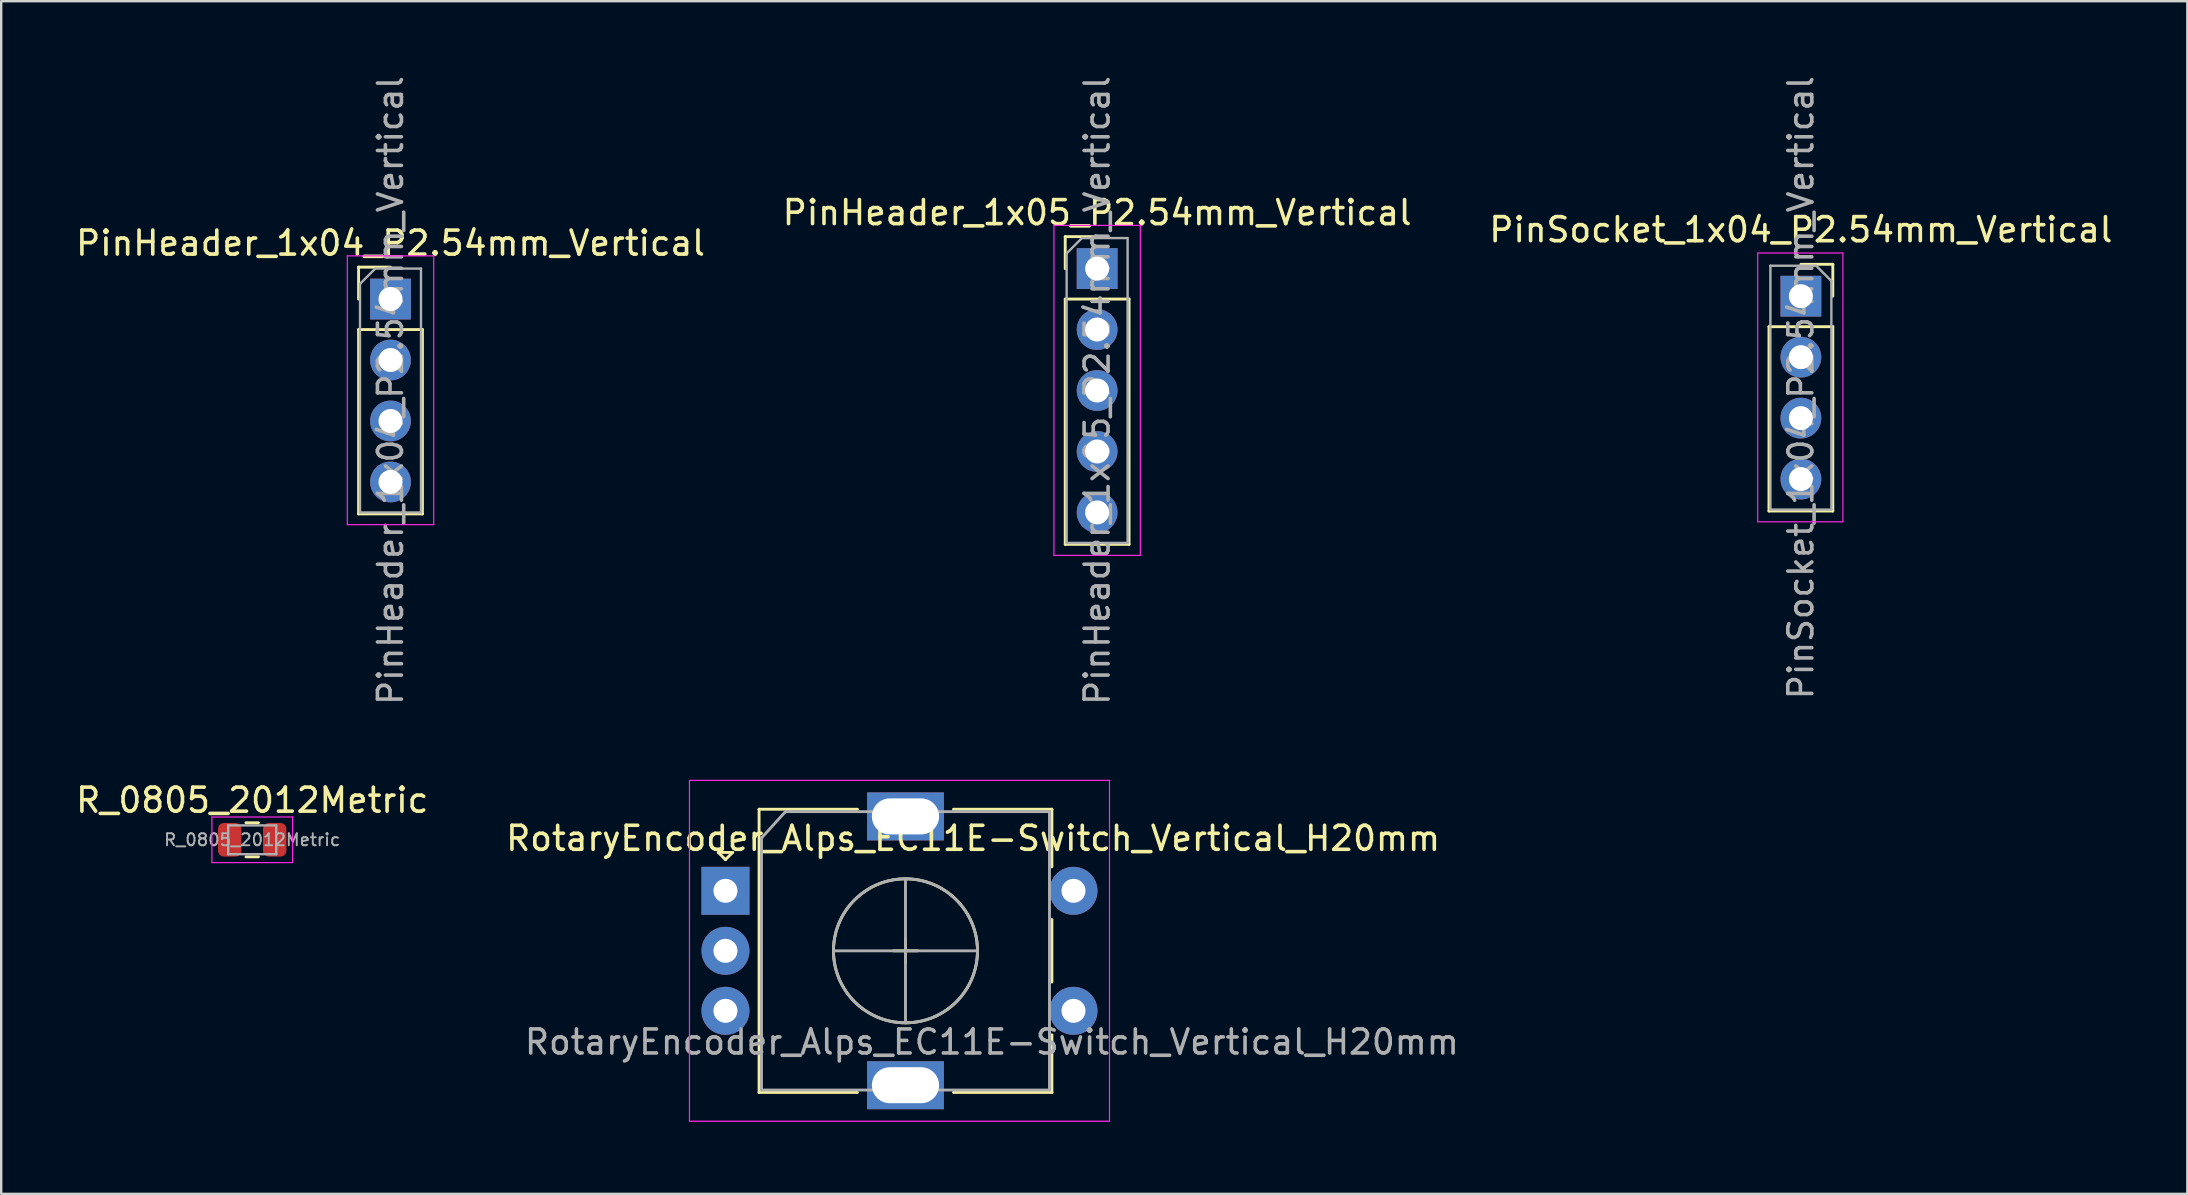
<source format=kicad_pcb>
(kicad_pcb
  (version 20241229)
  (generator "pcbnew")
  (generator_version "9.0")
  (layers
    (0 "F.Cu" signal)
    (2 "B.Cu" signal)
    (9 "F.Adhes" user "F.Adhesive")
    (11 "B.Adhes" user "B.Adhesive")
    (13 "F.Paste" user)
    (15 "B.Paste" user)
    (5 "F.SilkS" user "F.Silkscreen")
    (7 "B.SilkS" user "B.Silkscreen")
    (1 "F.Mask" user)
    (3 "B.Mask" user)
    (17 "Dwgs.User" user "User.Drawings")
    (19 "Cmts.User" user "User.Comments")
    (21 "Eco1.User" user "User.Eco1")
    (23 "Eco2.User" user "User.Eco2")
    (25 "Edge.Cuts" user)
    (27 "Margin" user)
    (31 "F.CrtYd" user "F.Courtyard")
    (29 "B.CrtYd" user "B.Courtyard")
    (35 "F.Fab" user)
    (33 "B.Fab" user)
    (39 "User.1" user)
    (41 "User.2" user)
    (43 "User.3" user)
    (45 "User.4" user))
  (footprint "PinHeader_1x05_P2.54mm_Vertical"
    (layer "F.Cu")
    (at 42.661 8.14)
    (property "Reference" "PinHeader_1x05_P2.54mm_Vertical" (at 0 -2.33 0) (layer "F.SilkS") (effects (font (size 1 1) (thickness 0.15))))
    (attr through_hole)
    (fp_line (start -1.33 -1.33) (end 0 -1.33) (stroke (width 0.12) (type solid)) (layer "F.SilkS"))
    (fp_line (start -1.33 0) (end -1.33 -1.33) (stroke (width 0.12) (type solid)) (layer "F.SilkS"))
    (fp_line (start -1.33 1.27) (end -1.33 11.49) (stroke (width 0.12) (type solid)) (layer "F.SilkS"))
    (fp_line (start -1.33 1.27) (end 1.33 1.27) (stroke (width 0.12) (type solid)) (layer "F.SilkS"))
    (fp_line (start -1.33 11.49) (end 1.33 11.49) (stroke (width 0.12) (type solid)) (layer "F.SilkS"))
    (fp_line (start 1.33 1.27) (end 1.33 11.49) (stroke (width 0.12) (type solid)) (layer "F.SilkS"))
    (fp_line (start -1.8 -1.8) (end -1.8 11.95) (stroke (width 0.05) (type solid)) (layer "F.CrtYd"))
    (fp_line (start -1.8 11.95) (end 1.8 11.95) (stroke (width 0.05) (type solid)) (layer "F.CrtYd"))
    (fp_line (start 1.8 -1.8) (end -1.8 -1.8) (stroke (width 0.05) (type solid)) (layer "F.CrtYd"))
    (fp_line (start 1.8 11.95) (end 1.8 -1.8) (stroke (width 0.05) (type solid)) (layer "F.CrtYd"))
    (fp_line (start -1.27 -0.635) (end -0.635 -1.27) (stroke (width 0.1) (type solid)) (layer "F.Fab"))
    (fp_line (start -1.27 11.43) (end -1.27 -0.635) (stroke (width 0.1) (type solid)) (layer "F.Fab"))
    (fp_line (start -0.635 -1.27) (end 1.27 -1.27) (stroke (width 0.1) (type solid)) (layer "F.Fab"))
    (fp_line (start 1.27 -1.27) (end 1.27 11.43) (stroke (width 0.1) (type solid)) (layer "F.Fab"))
    (fp_line (start 1.27 11.43) (end -1.27 11.43) (stroke (width 0.1) (type solid)) (layer "F.Fab"))
    (fp_text user "${REFERENCE}" (at 0 5.08 90) (layer "F.Fab") (effects (font (size 1 1) (thickness 0.15))))
    (pad "1" thru_hole rect (at 0 0) (size 1.7 1.7) (drill 1) (layers "*.Cu" "*.Mask"))
    (pad "2" thru_hole oval (at 0 2.54) (size 1.7 1.7) (drill 1) (layers "*.Cu" "*.Mask"))
    (pad "3" thru_hole oval (at 0 5.08) (size 1.7 1.7) (drill 1) (layers "*.Cu" "*.Mask"))
    (pad "4" thru_hole oval (at 0 7.62) (size 1.7 1.7) (drill 1) (layers "*.Cu" "*.Mask"))
    (pad "5" thru_hole oval (at 0 10.16) (size 1.7 1.7) (drill 1) (layers "*.Cu" "*.Mask")))
  (footprint "R_0805_2012Metric"
    (layer "F.Cu")
    (at 7.458 31.939)
    (property "Reference" "R_0805_2012Metric" (at 0 -1.65 0) (layer "F.SilkS") (effects (font (size 1 1) (thickness 0.15))))
    (attr smd)
    (fp_line (start -0.259 -0.71) (end 0.259 -0.71) (stroke (width 0.12) (type solid)) (layer "F.SilkS"))
    (fp_line (start -0.259 0.71) (end 0.259 0.71) (stroke (width 0.12) (type solid)) (layer "F.SilkS"))
    (fp_line (start -1.68 -0.95) (end 1.68 -0.95) (stroke (width 0.05) (type solid)) (layer "F.CrtYd"))
    (fp_line (start -1.68 0.95) (end -1.68 -0.95) (stroke (width 0.05) (type solid)) (layer "F.CrtYd"))
    (fp_line (start 1.68 -0.95) (end 1.68 0.95) (stroke (width 0.05) (type solid)) (layer "F.CrtYd"))
    (fp_line (start 1.68 0.95) (end -1.68 0.95) (stroke (width 0.05) (type solid)) (layer "F.CrtYd"))
    (fp_line (start -1 -0.6) (end 1 -0.6) (stroke (width 0.1) (type solid)) (layer "F.Fab"))
    (fp_line (start -1 0.6) (end -1 -0.6) (stroke (width 0.1) (type solid)) (layer "F.Fab"))
    (fp_line (start 1 -0.6) (end 1 0.6) (stroke (width 0.1) (type solid)) (layer "F.Fab"))
    (fp_line (start 1 0.6) (end -1 0.6) (stroke (width 0.1) (type solid)) (layer "F.Fab"))
    (fp_text user "${REFERENCE}" (at 0 0 0) (layer "F.Fab") (effects (font (size 0.5 0.5) (thickness 0.08))))
    (pad "1" smd roundrect (at -0.938 0) (size 0.975 1.4) (layers "F.Cu" "F.Mask" "F.Paste") (roundrect_rratio 0.25))
    (pad "2" smd roundrect (at 0.938 0) (size 0.975 1.4) (layers "F.Cu" "F.Mask" "F.Paste") (roundrect_rratio 0.25)))
  (footprint "RotaryEncoder_Alps_EC11E-Switch_Vertical_H20mm"
    (layer "F.Cu")
    (at 34.694 36.58)
    (property "Reference" "RotaryEncoder_Alps_EC11E-Switch_Vertical_H20mm" (at 2.8 -4.7 0) (layer "F.SilkS") (effects (font (size 1 1) (thickness 0.15))))
    (attr through_hole)
    (fp_line (start -7.818 -4.115) (end -7.218 -4.115) (stroke (width 0.12) (type solid)) (layer "F.SilkS"))
    (fp_line (start -7.518 -3.815) (end -7.818 -4.115) (stroke (width 0.12) (type solid)) (layer "F.SilkS"))
    (fp_line (start -7.218 -4.115) (end -7.518 -3.815) (stroke (width 0.12) (type solid)) (layer "F.SilkS"))
    (fp_line (start -6.118 -5.915) (end -6.118 5.885) (stroke (width 0.12) (type solid)) (layer "F.SilkS"))
    (fp_line (start -2.018 -5.915) (end -6.118 -5.915) (stroke (width 0.12) (type solid)) (layer "F.SilkS"))
    (fp_line (start -2.018 5.885) (end -6.118 5.885) (stroke (width 0.12) (type solid)) (layer "F.SilkS"))
    (fp_line (start -0.518 -0.015) (end 0.482 -0.015) (stroke (width 0.12) (type solid)) (layer "F.SilkS"))
    (fp_line (start -0.018 -0.515) (end -0.018 0.485) (stroke (width 0.12) (type solid)) (layer "F.SilkS"))
    (fp_line (start 1.982 -5.915) (end 6.082 -5.915) (stroke (width 0.12) (type solid)) (layer "F.SilkS"))
    (fp_line (start 6.082 -5.915) (end 6.082 -3.515) (stroke (width 0.12) (type solid)) (layer "F.SilkS"))
    (fp_line (start 6.082 -1.315) (end 6.082 1.285) (stroke (width 0.12) (type solid)) (layer "F.SilkS"))
    (fp_line (start 6.082 3.485) (end 6.082 5.885) (stroke (width 0.12) (type solid)) (layer "F.SilkS"))
    (fp_line (start 6.082 5.885) (end 1.982 5.885) (stroke (width 0.12) (type solid)) (layer "F.SilkS"))
    (fp_circle (center -0.018 -0.015) (end 2.982 -0.015) (stroke (width 0.12) (type solid)) (fill no) (layer "F.SilkS"))
    (fp_line (start -9.018 -7.115) (end -9.018 7.085) (stroke (width 0.05) (type solid)) (layer "F.CrtYd"))
    (fp_line (start -9.018 -7.115) (end 8.482 -7.115) (stroke (width 0.05) (type solid)) (layer "F.CrtYd"))
    (fp_line (start 8.482 7.085) (end -9.018 7.085) (stroke (width 0.05) (type solid)) (layer "F.CrtYd"))
    (fp_line (start 8.482 7.085) (end 8.482 -7.115) (stroke (width 0.05) (type solid)) (layer "F.CrtYd"))
    (fp_line (start -6.018 -4.715) (end -5.018 -5.815) (stroke (width 0.12) (type solid)) (layer "F.Fab"))
    (fp_line (start -6.018 5.785) (end -6.018 -4.715) (stroke (width 0.12) (type solid)) (layer "F.Fab"))
    (fp_line (start -5.018 -5.815) (end 5.982 -5.815) (stroke (width 0.12) (type solid)) (layer "F.Fab"))
    (fp_line (start -3.018 -0.015) (end 2.982 -0.015) (stroke (width 0.12) (type solid)) (layer "F.Fab"))
    (fp_line (start -0.018 -3.015) (end -0.018 2.985) (stroke (width 0.12) (type solid)) (layer "F.Fab"))
    (fp_line (start 5.982 -5.815) (end 5.982 5.785) (stroke (width 0.12) (type solid)) (layer "F.Fab"))
    (fp_line (start 5.982 5.785) (end -6.018 5.785) (stroke (width 0.12) (type solid)) (layer "F.Fab"))
    (fp_circle (center -0.018 -0.015) (end 2.982 -0.015) (stroke (width 0.12) (type solid)) (fill no) (layer "F.Fab"))
    (fp_text user "${REFERENCE}" (at 3.582 3.785 0) (layer "F.Fab") (effects (font (size 1 1) (thickness 0.15))))
    (pad "A" thru_hole rect (at -7.518 -2.515) (size 2 2) (drill 1) (layers "*.Cu" "*.Mask"))
    (pad "B" thru_hole circle (at -7.518 2.485) (size 2 2) (drill 1) (layers "*.Cu" "*.Mask"))
    (pad "C" thru_hole circle (at -7.518 -0.015) (size 2 2) (drill 1) (layers "*.Cu" "*.Mask"))
    (pad "MP" thru_hole rect (at -0.018 -5.615) (size 3.2 2) (drill oval 2.8 1.5) (layers "*.Cu" "*.Mask"))
    (pad "MP" thru_hole rect (at -0.018 5.585) (size 3.2 2) (drill oval 2.8 1.5) (layers "*.Cu" "*.Mask"))
    (pad "S1" thru_hole circle (at 6.982 2.485) (size 2 2) (drill 1) (layers "*.Cu" "*.Mask"))
    (pad "S2" thru_hole circle (at 6.982 -2.515) (size 2 2) (drill 1) (layers "*.Cu" "*.Mask")))
  (footprint "PinHeader_1x04_P2.54mm_Vertical"
    (layer "F.Cu")
    (at 13.22 9.41)
    (property "Reference" "PinHeader_1x04_P2.54mm_Vertical" (at 0 -2.33 0) (layer "F.SilkS") (effects (font (size 1 1) (thickness 0.15))))
    (attr through_hole)
    (fp_line (start -1.33 -1.33) (end 0 -1.33) (stroke (width 0.12) (type solid)) (layer "F.SilkS"))
    (fp_line (start -1.33 0) (end -1.33 -1.33) (stroke (width 0.12) (type solid)) (layer "F.SilkS"))
    (fp_line (start -1.33 1.27) (end -1.33 8.95) (stroke (width 0.12) (type solid)) (layer "F.SilkS"))
    (fp_line (start -1.33 1.27) (end 1.33 1.27) (stroke (width 0.12) (type solid)) (layer "F.SilkS"))
    (fp_line (start -1.33 8.95) (end 1.33 8.95) (stroke (width 0.12) (type solid)) (layer "F.SilkS"))
    (fp_line (start 1.33 1.27) (end 1.33 8.95) (stroke (width 0.12) (type solid)) (layer "F.SilkS"))
    (fp_line (start -1.8 -1.8) (end -1.8 9.4) (stroke (width 0.05) (type solid)) (layer "F.CrtYd"))
    (fp_line (start -1.8 9.4) (end 1.8 9.4) (stroke (width 0.05) (type solid)) (layer "F.CrtYd"))
    (fp_line (start 1.8 -1.8) (end -1.8 -1.8) (stroke (width 0.05) (type solid)) (layer "F.CrtYd"))
    (fp_line (start 1.8 9.4) (end 1.8 -1.8) (stroke (width 0.05) (type solid)) (layer "F.CrtYd"))
    (fp_line (start -1.27 -0.635) (end -0.635 -1.27) (stroke (width 0.1) (type solid)) (layer "F.Fab"))
    (fp_line (start -1.27 8.89) (end -1.27 -0.635) (stroke (width 0.1) (type solid)) (layer "F.Fab"))
    (fp_line (start -0.635 -1.27) (end 1.27 -1.27) (stroke (width 0.1) (type solid)) (layer "F.Fab"))
    (fp_line (start 1.27 -1.27) (end 1.27 8.89) (stroke (width 0.1) (type solid)) (layer "F.Fab"))
    (fp_line (start 1.27 8.89) (end -1.27 8.89) (stroke (width 0.1) (type solid)) (layer "F.Fab"))
    (fp_text user "${REFERENCE}" (at 0 3.81 90) (layer "F.Fab") (effects (font (size 1 1) (thickness 0.15))))
    (pad "1" thru_hole rect (at 0 0) (size 1.7 1.7) (drill 1) (layers "*.Cu" "*.Mask"))
    (pad "2" thru_hole oval (at 0 2.54) (size 1.7 1.7) (drill 1) (layers "*.Cu" "*.Mask"))
    (pad "3" thru_hole oval (at 0 5.08) (size 1.7 1.7) (drill 1) (layers "*.Cu" "*.Mask"))
    (pad "4" thru_hole oval (at 0 7.62) (size 1.7 1.7) (drill 1) (layers "*.Cu" "*.Mask")))
  (footprint "PinSocket_1x04_P2.54mm_Vertical"
    (layer "F.Cu")
    (at 71.982 9.291)
    (property "Reference" "PinSocket_1x04_P2.54mm_Vertical" (at 0 -2.77 0) (layer "F.SilkS") (effects (font (size 1 1) (thickness 0.15))))
    (attr through_hole)
    (fp_line (start -1.33 1.27) (end -1.33 8.95) (stroke (width 0.12) (type solid)) (layer "F.SilkS"))
    (fp_line (start -1.33 1.27) (end 1.33 1.27) (stroke (width 0.12) (type solid)) (layer "F.SilkS"))
    (fp_line (start -1.33 8.95) (end 1.33 8.95) (stroke (width 0.12) (type solid)) (layer "F.SilkS"))
    (fp_line (start 0 -1.33) (end 1.33 -1.33) (stroke (width 0.12) (type solid)) (layer "F.SilkS"))
    (fp_line (start 1.33 -1.33) (end 1.33 0) (stroke (width 0.12) (type solid)) (layer "F.SilkS"))
    (fp_line (start 1.33 1.27) (end 1.33 8.95) (stroke (width 0.12) (type solid)) (layer "F.SilkS"))
    (fp_line (start -1.8 -1.8) (end 1.75 -1.8) (stroke (width 0.05) (type solid)) (layer "F.CrtYd"))
    (fp_line (start -1.8 9.4) (end -1.8 -1.8) (stroke (width 0.05) (type solid)) (layer "F.CrtYd"))
    (fp_line (start 1.75 -1.8) (end 1.75 9.4) (stroke (width 0.05) (type solid)) (layer "F.CrtYd"))
    (fp_line (start 1.75 9.4) (end -1.8 9.4) (stroke (width 0.05) (type solid)) (layer "F.CrtYd"))
    (fp_line (start -1.27 -1.27) (end 0.635 -1.27) (stroke (width 0.1) (type solid)) (layer "F.Fab"))
    (fp_line (start -1.27 8.89) (end -1.27 -1.27) (stroke (width 0.1) (type solid)) (layer "F.Fab"))
    (fp_line (start 0.635 -1.27) (end 1.27 -0.635) (stroke (width 0.1) (type solid)) (layer "F.Fab"))
    (fp_line (start 1.27 -0.635) (end 1.27 8.89) (stroke (width 0.1) (type solid)) (layer "F.Fab"))
    (fp_line (start 1.27 8.89) (end -1.27 8.89) (stroke (width 0.1) (type solid)) (layer "F.Fab"))
    (fp_text user "${REFERENCE}" (at 0 3.81 90) (layer "F.Fab") (effects (font (size 1 1) (thickness 0.15))))
    (pad "1" thru_hole rect (at 0 0) (size 1.7 1.7) (drill 1) (layers "*.Cu" "*.Mask"))
    (pad "2" thru_hole oval (at 0 2.54) (size 1.7 1.7) (drill 1) (layers "*.Cu" "*.Mask"))
    (pad "3" thru_hole oval (at 0 5.08) (size 1.7 1.7) (drill 1) (layers "*.Cu" "*.Mask"))
    (pad "4" thru_hole oval (at 0 7.62) (size 1.7 1.7) (drill 1) (layers "*.Cu" "*.Mask")))
  (gr_rect
    (start -3 -3)
    (end 88.083 46.69)
    (stroke (width 0.1) (type default))
    (fill no)
    (layer "Edge.Cuts")))
</source>
